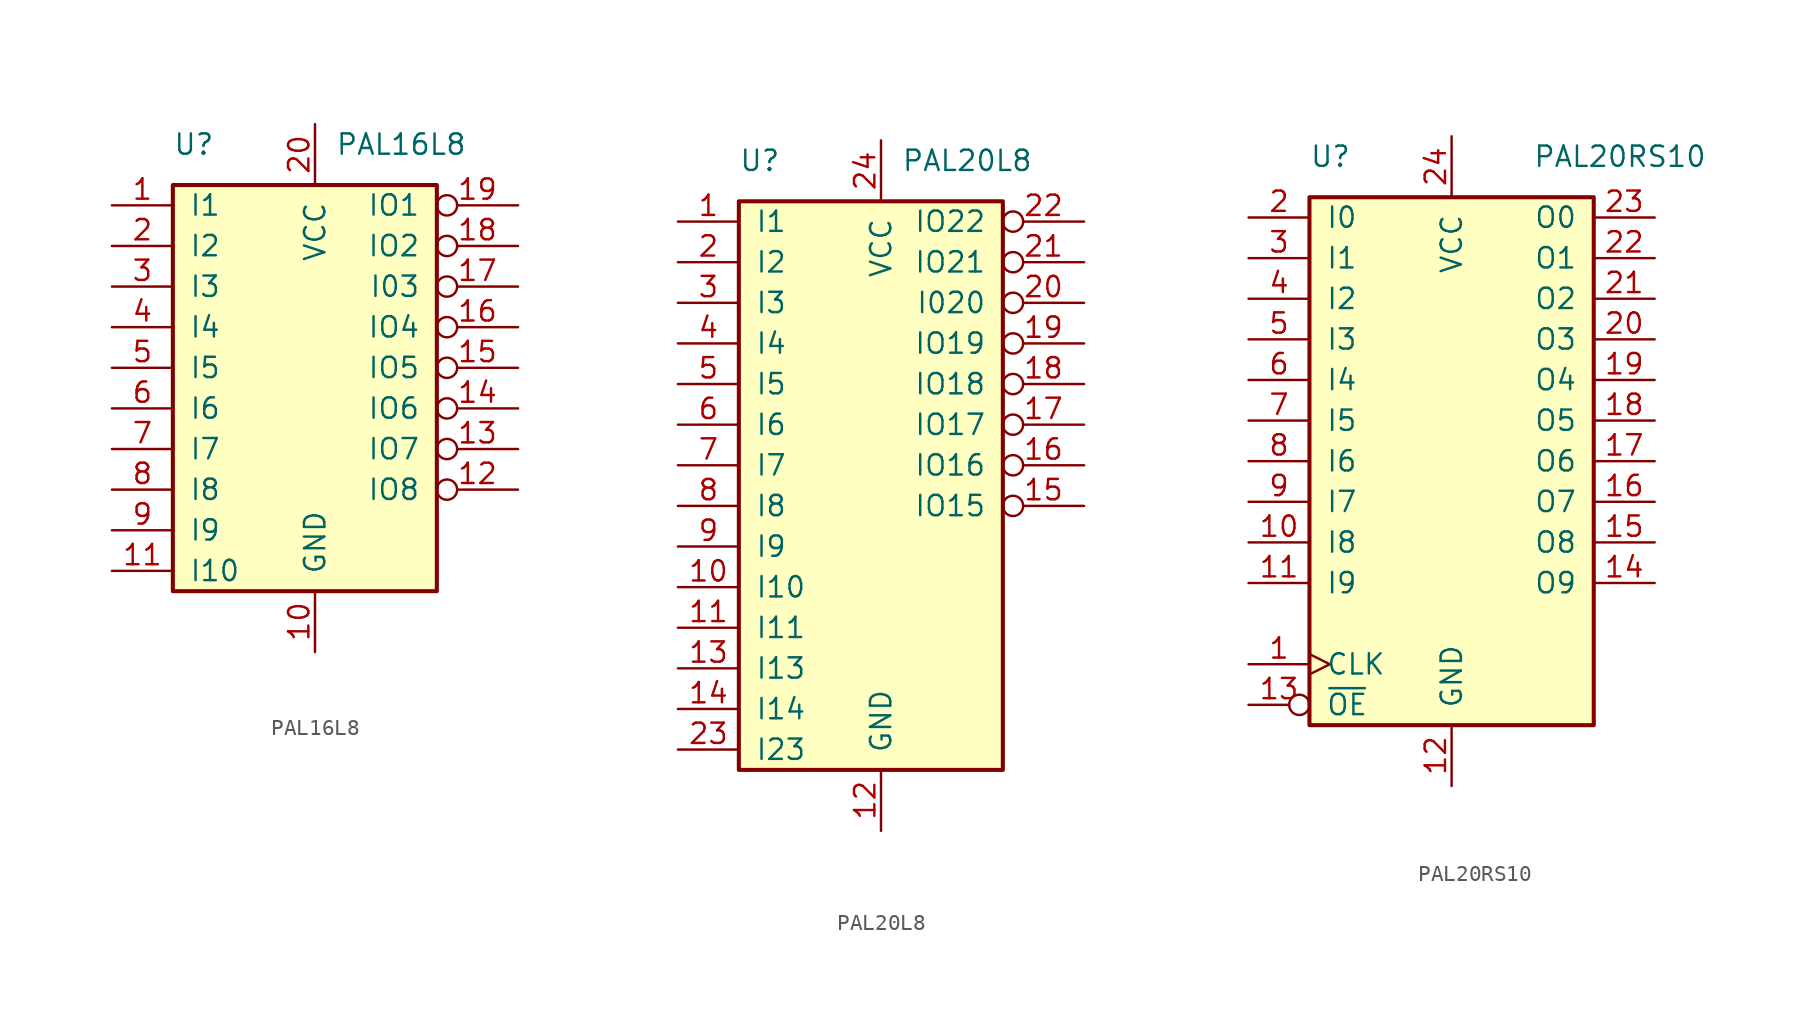
<source format=kicad_sym>
(kicad_symbol_lib
  (version 20200908)
  (generator kicad_symbol_editor)
  (symbol "Logic_Programmable:PAL16L8"
    (pin_names
      (offset 1.016))
    (property "Reference" "U"
      (at -8.89 16.51 0)
      (effects (font (size 1.27 1.27)) (justify left)))
    (property "Value" "PAL16L8"
      (at 1.27 16.51 0)
      (effects (font (size 1.27 1.27)) (justify left)))
    (symbol "PAL16L8_0_1"
      (rectangle (start -8.89 13.97) (end 7.62 -11.43) (stroke (width 0.254)) (fill (type background))))
    (symbol "PAL16L8_0_0"
      (pin power_in line (at 0 -15.24 90) (length 3.81) (name "GND" (effects (font (size 1.27 1.27)))) (number "10" (effects (font (size 1.27 1.27)))))
      (pin power_in line (at 0 17.78 270) (length 3.81) (name "VCC" (effects (font (size 1.27 1.27)))) (number "20" (effects (font (size 1.27 1.27))))))
    (symbol "PAL16L8_1_1"
      (pin input line (at -12.7 12.7 0) (length 3.81) (name "I1" (effects (font (size 1.27 1.27)))) (number "1" (effects (font (size 1.27 1.27)))))
      (pin input line (at -12.7 10.16 0) (length 3.81) (name "I2" (effects (font (size 1.27 1.27)))) (number "2" (effects (font (size 1.27 1.27)))))
      (pin input line (at -12.7 7.62 0) (length 3.81) (name "I3" (effects (font (size 1.27 1.27)))) (number "3" (effects (font (size 1.27 1.27)))))
      (pin input line (at -12.7 5.08 0) (length 3.81) (name "I4" (effects (font (size 1.27 1.27)))) (number "4" (effects (font (size 1.27 1.27)))))
      (pin input line (at -12.7 2.54 0) (length 3.81) (name "I5" (effects (font (size 1.27 1.27)))) (number "5" (effects (font (size 1.27 1.27)))))
      (pin input line (at -12.7 0 0) (length 3.81) (name "I6" (effects (font (size 1.27 1.27)))) (number "6" (effects (font (size 1.27 1.27)))))
      (pin input line (at -12.7 -2.54 0) (length 3.81) (name "I7" (effects (font (size 1.27 1.27)))) (number "7" (effects (font (size 1.27 1.27)))))
      (pin input line (at -12.7 -5.08 0) (length 3.81) (name "I8" (effects (font (size 1.27 1.27)))) (number "8" (effects (font (size 1.27 1.27)))))
      (pin input line (at -12.7 -7.62 0) (length 3.81) (name "I9" (effects (font (size 1.27 1.27)))) (number "9" (effects (font (size 1.27 1.27)))))
      (pin input line (at -12.7 -10.16 0) (length 3.81) (name "I10" (effects (font (size 1.27 1.27)))) (number "11" (effects (font (size 1.27 1.27)))))
      (pin tri_state inverted (at 12.7 -5.08 180) (length 5.08) (name "IO8" (effects (font (size 1.27 1.27)))) (number "12" (effects (font (size 1.27 1.27)))))
      (pin tri_state inverted (at 12.7 -2.54 180) (length 5.08) (name "IO7" (effects (font (size 1.27 1.27)))) (number "13" (effects (font (size 1.27 1.27)))))
      (pin tri_state inverted (at 12.7 0 180) (length 5.08) (name "IO6" (effects (font (size 1.27 1.27)))) (number "14" (effects (font (size 1.27 1.27)))))
      (pin tri_state inverted (at 12.7 2.54 180) (length 5.08) (name "IO5" (effects (font (size 1.27 1.27)))) (number "15" (effects (font (size 1.27 1.27)))))
      (pin tri_state inverted (at 12.7 5.08 180) (length 5.08) (name "IO4" (effects (font (size 1.27 1.27)))) (number "16" (effects (font (size 1.27 1.27)))))
      (pin tri_state inverted (at 12.7 7.62 180) (length 5.08) (name "I03" (effects (font (size 1.27 1.27)))) (number "17" (effects (font (size 1.27 1.27)))))
      (pin tri_state inverted (at 12.7 10.16 180) (length 5.08) (name "IO2" (effects (font (size 1.27 1.27)))) (number "18" (effects (font (size 1.27 1.27)))))
      (pin tri_state inverted (at 12.7 12.7 180) (length 5.08) (name "IO1" (effects (font (size 1.27 1.27)))) (number "19" (effects (font (size 1.27 1.27)))))))
  (symbol "Logic_Programmable:PAL20L8"
    (pin_names
      (offset 1.016))
    (property "Reference" "U"
      (at -8.89 21.59 0)
      (effects (font (size 1.27 1.27)) (justify left)))
    (property "Value" "PAL20L8"
      (at 1.27 21.59 0)
      (effects (font (size 1.27 1.27)) (justify left)))
    (symbol "PAL20L8_0_1"
      (rectangle (start -8.89 19.05) (end 7.62 -16.51) (stroke (width 0.254)) (fill (type background))))
    (symbol "PAL20L8_0_0"
      (pin power_in line (at 0 -20.32 90) (length 3.81) (name "GND" (effects (font (size 1.27 1.27)))) (number "12" (effects (font (size 1.27 1.27)))))
      (pin power_in line (at 0 22.86 270) (length 3.81) (name "VCC" (effects (font (size 1.27 1.27)))) (number "24" (effects (font (size 1.27 1.27))))))
    (symbol "PAL20L8_1_1"
      (pin input line (at -12.7 17.78 0) (length 3.81) (name "I1" (effects (font (size 1.27 1.27)))) (number "1" (effects (font (size 1.27 1.27)))))
      (pin input line (at -12.7 15.24 0) (length 3.81) (name "I2" (effects (font (size 1.27 1.27)))) (number "2" (effects (font (size 1.27 1.27)))))
      (pin input line (at -12.7 12.7 0) (length 3.81) (name "I3" (effects (font (size 1.27 1.27)))) (number "3" (effects (font (size 1.27 1.27)))))
      (pin input line (at -12.7 10.16 0) (length 3.81) (name "I4" (effects (font (size 1.27 1.27)))) (number "4" (effects (font (size 1.27 1.27)))))
      (pin input line (at -12.7 7.62 0) (length 3.81) (name "I5" (effects (font (size 1.27 1.27)))) (number "5" (effects (font (size 1.27 1.27)))))
      (pin input line (at -12.7 5.08 0) (length 3.81) (name "I6" (effects (font (size 1.27 1.27)))) (number "6" (effects (font (size 1.27 1.27)))))
      (pin input line (at -12.7 2.54 0) (length 3.81) (name "I7" (effects (font (size 1.27 1.27)))) (number "7" (effects (font (size 1.27 1.27)))))
      (pin input line (at -12.7 0 0) (length 3.81) (name "I8" (effects (font (size 1.27 1.27)))) (number "8" (effects (font (size 1.27 1.27)))))
      (pin input line (at -12.7 -2.54 0) (length 3.81) (name "I9" (effects (font (size 1.27 1.27)))) (number "9" (effects (font (size 1.27 1.27)))))
      (pin input line (at -12.7 -5.08 0) (length 3.81) (name "I10" (effects (font (size 1.27 1.27)))) (number "10" (effects (font (size 1.27 1.27)))))
      (pin tri_state inverted (at 12.7 12.7 180) (length 5.08) (name "I020" (effects (font (size 1.27 1.27)))) (number "20" (effects (font (size 1.27 1.27)))))
      (pin input line (at -12.7 -7.62 0) (length 3.81) (name "I11" (effects (font (size 1.27 1.27)))) (number "11" (effects (font (size 1.27 1.27)))))
      (pin tri_state inverted (at 12.7 15.24 180) (length 5.08) (name "IO21" (effects (font (size 1.27 1.27)))) (number "21" (effects (font (size 1.27 1.27)))))
      (pin tri_state inverted (at 12.7 17.78 180) (length 5.08) (name "IO22" (effects (font (size 1.27 1.27)))) (number "22" (effects (font (size 1.27 1.27)))))
      (pin input line (at -12.7 -10.16 0) (length 3.81) (name "I13" (effects (font (size 1.27 1.27)))) (number "13" (effects (font (size 1.27 1.27)))))
      (pin input line (at -12.7 -15.24 0) (length 3.81) (name "I23" (effects (font (size 1.27 1.27)))) (number "23" (effects (font (size 1.27 1.27)))))
      (pin input line (at -12.7 -12.7 0) (length 3.81) (name "I14" (effects (font (size 1.27 1.27)))) (number "14" (effects (font (size 1.27 1.27)))))
      (pin tri_state inverted (at 12.7 0 180) (length 5.08) (name "IO15" (effects (font (size 1.27 1.27)))) (number "15" (effects (font (size 1.27 1.27)))))
      (pin tri_state inverted (at 12.7 2.54 180) (length 5.08) (name "IO16" (effects (font (size 1.27 1.27)))) (number "16" (effects (font (size 1.27 1.27)))))
      (pin tri_state inverted (at 12.7 5.08 180) (length 5.08) (name "IO17" (effects (font (size 1.27 1.27)))) (number "17" (effects (font (size 1.27 1.27)))))
      (pin tri_state inverted (at 12.7 7.62 180) (length 5.08) (name "IO18" (effects (font (size 1.27 1.27)))) (number "18" (effects (font (size 1.27 1.27)))))
      (pin tri_state inverted (at 12.7 10.16 180) (length 5.08) (name "IO19" (effects (font (size 1.27 1.27)))) (number "19" (effects (font (size 1.27 1.27)))))))
  (symbol "Logic_Programmable:PAL20RS10"
    (pin_names
      (offset 1.016))
    (property "Reference" "U"
      (at -8.89 19.05 0)
      (effects (font (size 1.27 1.27)) (justify left)))
    (property "Value" "PAL20RS10"
      (at 5.08 19.05 0)
      (effects (font (size 1.27 1.27)) (justify left)))
    (symbol "PAL20RS10_0_1"
      (rectangle (start -8.89 -16.51) (end 8.89 16.51) (stroke (width 0.254)) (fill (type background))))
    (symbol "PAL20RS10_1_1"
      (pin input clock (at -12.7 -12.7 0) (length 3.81) (name "CLK" (effects (font (size 1.27 1.27)))) (number "1" (effects (font (size 1.27 1.27)))))
      (pin input line (at -12.7 15.24 0) (length 3.81) (name "I0" (effects (font (size 1.27 1.27)))) (number "2" (effects (font (size 1.27 1.27)))))
      (pin input line (at -12.7 12.7 0) (length 3.81) (name "I1" (effects (font (size 1.27 1.27)))) (number "3" (effects (font (size 1.27 1.27)))))
      (pin input line (at -12.7 10.16 0) (length 3.81) (name "I2" (effects (font (size 1.27 1.27)))) (number "4" (effects (font (size 1.27 1.27)))))
      (pin input line (at -12.7 7.62 0) (length 3.81) (name "I3" (effects (font (size 1.27 1.27)))) (number "5" (effects (font (size 1.27 1.27)))))
      (pin input line (at -12.7 5.08 0) (length 3.81) (name "I4" (effects (font (size 1.27 1.27)))) (number "6" (effects (font (size 1.27 1.27)))))
      (pin input line (at -12.7 2.54 0) (length 3.81) (name "I5" (effects (font (size 1.27 1.27)))) (number "7" (effects (font (size 1.27 1.27)))))
      (pin input line (at -12.7 0 0) (length 3.81) (name "I6" (effects (font (size 1.27 1.27)))) (number "8" (effects (font (size 1.27 1.27)))))
      (pin input line (at -12.7 -2.54 0) (length 3.81) (name "I7" (effects (font (size 1.27 1.27)))) (number "9" (effects (font (size 1.27 1.27)))))
      (pin input line (at -12.7 -5.08 0) (length 3.81) (name "I8" (effects (font (size 1.27 1.27)))) (number "10" (effects (font (size 1.27 1.27)))))
      (pin output line (at 12.7 7.62 180) (length 3.81) (name "O3" (effects (font (size 1.27 1.27)))) (number "20" (effects (font (size 1.27 1.27)))))
      (pin input line (at -12.7 -7.62 0) (length 3.81) (name "I9" (effects (font (size 1.27 1.27)))) (number "11" (effects (font (size 1.27 1.27)))))
      (pin output line (at 12.7 10.16 180) (length 3.81) (name "O2" (effects (font (size 1.27 1.27)))) (number "21" (effects (font (size 1.27 1.27)))))
      (pin power_in line (at 0 -20.32 90) (length 3.81) (name "GND" (effects (font (size 1.27 1.27)))) (number "12" (effects (font (size 1.27 1.27)))))
      (pin output line (at 12.7 12.7 180) (length 3.81) (name "O1" (effects (font (size 1.27 1.27)))) (number "22" (effects (font (size 1.27 1.27)))))
      (pin input inverted (at -12.7 -15.24 0) (length 3.81) (name "~OE~" (effects (font (size 1.27 1.27)))) (number "13" (effects (font (size 1.27 1.27)))))
      (pin output line (at 12.7 15.24 180) (length 3.81) (name "O0" (effects (font (size 1.27 1.27)))) (number "23" (effects (font (size 1.27 1.27)))))
      (pin output line (at 12.7 -7.62 180) (length 3.81) (name "O9" (effects (font (size 1.27 1.27)))) (number "14" (effects (font (size 1.27 1.27)))))
      (pin power_in line (at 0 20.32 270) (length 3.81) (name "VCC" (effects (font (size 1.27 1.27)))) (number "24" (effects (font (size 1.27 1.27)))))
      (pin output line (at 12.7 -5.08 180) (length 3.81) (name "O8" (effects (font (size 1.27 1.27)))) (number "15" (effects (font (size 1.27 1.27)))))
      (pin output line (at 12.7 -2.54 180) (length 3.81) (name "O7" (effects (font (size 1.27 1.27)))) (number "16" (effects (font (size 1.27 1.27)))))
      (pin output line (at 12.7 0 180) (length 3.81) (name "O6" (effects (font (size 1.27 1.27)))) (number "17" (effects (font (size 1.27 1.27)))))
      (pin output line (at 12.7 2.54 180) (length 3.81) (name "O5" (effects (font (size 1.27 1.27)))) (number "18" (effects (font (size 1.27 1.27)))))
      (pin output line (at 12.7 5.08 180) (length 3.81) (name "O4" (effects (font (size 1.27 1.27)))) (number "19" (effects (font (size 1.27 1.27))))))))
</source>
